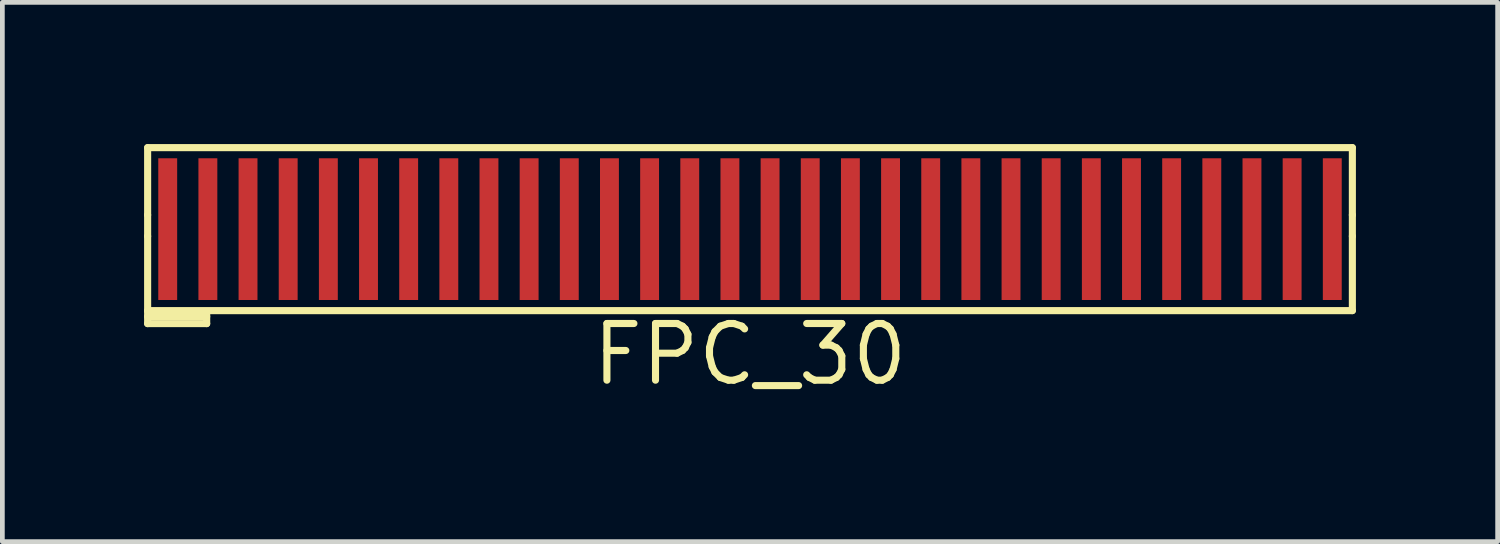
<source format=kicad_pcb>
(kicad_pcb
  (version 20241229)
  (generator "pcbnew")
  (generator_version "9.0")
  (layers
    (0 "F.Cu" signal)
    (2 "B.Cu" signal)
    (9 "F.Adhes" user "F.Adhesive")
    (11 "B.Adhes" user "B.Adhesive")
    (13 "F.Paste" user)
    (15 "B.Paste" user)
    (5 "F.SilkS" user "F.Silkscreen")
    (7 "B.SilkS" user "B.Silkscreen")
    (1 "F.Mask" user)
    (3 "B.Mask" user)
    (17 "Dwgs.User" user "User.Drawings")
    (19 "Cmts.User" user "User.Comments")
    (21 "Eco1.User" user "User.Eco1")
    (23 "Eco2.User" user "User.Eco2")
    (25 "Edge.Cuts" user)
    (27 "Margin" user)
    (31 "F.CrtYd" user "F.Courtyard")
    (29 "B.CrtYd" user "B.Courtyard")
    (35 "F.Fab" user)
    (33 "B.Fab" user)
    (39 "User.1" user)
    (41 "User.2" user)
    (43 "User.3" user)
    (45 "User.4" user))
  (footprint "FPC_30"
    (layer "F.Cu")
    (at 12.825 1.8)
    (property "Reference" "FPC_30" (at 0 2.65 0) (layer "F.SilkS") (effects (font (size 1.2 1.2) (thickness 0.15))))
    (attr through_hole)
    (fp_line (start -12.75 -1.725) (end 12.75 -1.725) (stroke (width 0.15) (type solid)) (layer "F.SilkS"))
    (fp_line (start -12.75 -0.3) (end -12.75 -1.725) (stroke (width 0.15) (type solid)) (layer "F.SilkS"))
    (fp_line (start -12.75 0.15) (end -12.75 -0.3) (stroke (width 0.15) (type solid)) (layer "F.SilkS"))
    (fp_line (start -12.75 1.725) (end -12.75 0.15) (stroke (width 0.15) (type solid)) (layer "F.SilkS"))
    (fp_line (start -12.75 1.725) (end 12.75 1.725) (stroke (width 0.15) (type solid)) (layer "F.SilkS"))
    (fp_line (start -12.75 1.75) (end -12.75 2) (stroke (width 0.15) (type solid)) (layer "F.SilkS"))
    (fp_line (start -12.75 1.85) (end -11.5 1.85) (stroke (width 0.15) (type solid)) (layer "F.SilkS"))
    (fp_line (start -12.75 2) (end -11.5 2) (stroke (width 0.15) (type solid)) (layer "F.SilkS"))
    (fp_line (start -11.5 2) (end -11.5 1.75) (stroke (width 0.15) (type solid)) (layer "F.SilkS"))
    (fp_line (start 12.75 -0.3) (end 12.75 -1.725) (stroke (width 0.15) (type solid)) (layer "F.SilkS"))
    (fp_line (start 12.75 0.15) (end 12.75 -0.3) (stroke (width 0.15) (type solid)) (layer "F.SilkS"))
    (fp_line (start 12.75 1.725) (end 12.75 0.15) (stroke (width 0.15) (type solid)) (layer "F.SilkS"))
    (pad "1" smd rect (at -12.325 0) (size 0.4 3) (layers "F.Cu" "F.Mask" "F.Paste"))
    (pad "2" smd rect (at -11.475 0) (size 0.4 3) (layers "F.Cu" "F.Mask" "F.Paste"))
    (pad "3" smd rect (at -10.625 0) (size 0.4 3) (layers "F.Cu" "F.Mask" "F.Paste"))
    (pad "4" smd rect (at -9.775 0) (size 0.4 3) (layers "F.Cu" "F.Mask" "F.Paste"))
    (pad "5" smd rect (at -8.925 0) (size 0.4 3) (layers "F.Cu" "F.Mask" "F.Paste"))
    (pad "6" smd rect (at -8.075 0) (size 0.4 3) (layers "F.Cu" "F.Mask" "F.Paste"))
    (pad "7" smd rect (at -7.225 0) (size 0.4 3) (layers "F.Cu" "F.Mask" "F.Paste"))
    (pad "8" smd rect (at -6.375 0) (size 0.4 3) (layers "F.Cu" "F.Mask" "F.Paste"))
    (pad "9" smd rect (at -5.525 0) (size 0.4 3) (layers "F.Cu" "F.Mask" "F.Paste"))
    (pad "10" smd rect (at -4.675 0) (size 0.4 3) (layers "F.Cu" "F.Mask" "F.Paste"))
    (pad "11" smd rect (at -3.825 0) (size 0.4 3) (layers "F.Cu" "F.Mask" "F.Paste"))
    (pad "12" smd rect (at -2.975 0) (size 0.4 3) (layers "F.Cu" "F.Mask" "F.Paste"))
    (pad "13" smd rect (at -2.125 0) (size 0.4 3) (layers "F.Cu" "F.Mask" "F.Paste"))
    (pad "14" smd rect (at -1.275 0) (size 0.4 3) (layers "F.Cu" "F.Mask" "F.Paste"))
    (pad "15" smd rect (at -0.425 0) (size 0.4 3) (layers "F.Cu" "F.Mask" "F.Paste"))
    (pad "16" smd rect (at 0.425 0) (size 0.4 3) (layers "F.Cu" "F.Mask" "F.Paste"))
    (pad "17" smd rect (at 1.275 0) (size 0.4 3) (layers "F.Cu" "F.Mask" "F.Paste"))
    (pad "18" smd rect (at 2.125 0) (size 0.4 3) (layers "F.Cu" "F.Mask" "F.Paste"))
    (pad "19" smd rect (at 2.975 0) (size 0.4 3) (layers "F.Cu" "F.Mask" "F.Paste"))
    (pad "20" smd rect (at 3.825 0) (size 0.4 3) (layers "F.Cu" "F.Mask" "F.Paste"))
    (pad "21" smd rect (at 4.675 0) (size 0.4 3) (layers "F.Cu" "F.Mask" "F.Paste"))
    (pad "22" smd rect (at 5.525 0) (size 0.4 3) (layers "F.Cu" "F.Mask" "F.Paste"))
    (pad "23" smd rect (at 6.375 0) (size 0.4 3) (layers "F.Cu" "F.Mask" "F.Paste"))
    (pad "24" smd rect (at 7.225 0) (size 0.4 3) (layers "F.Cu" "F.Mask" "F.Paste"))
    (pad "25" smd rect (at 8.075 0) (size 0.4 3) (layers "F.Cu" "F.Mask" "F.Paste"))
    (pad "26" smd rect (at 8.925 0) (size 0.4 3) (layers "F.Cu" "F.Mask" "F.Paste"))
    (pad "27" smd rect (at 9.775 0) (size 0.4 3) (layers "F.Cu" "F.Mask" "F.Paste"))
    (pad "28" smd rect (at 10.625 0) (size 0.4 3) (layers "F.Cu" "F.Mask" "F.Paste"))
    (pad "29" smd rect (at 11.475 0) (size 0.4 3) (layers "F.Cu" "F.Mask" "F.Paste"))
    (pad "30" smd rect (at 12.325 0) (size 0.4 3) (layers "F.Cu" "F.Mask" "F.Paste")))
  (gr_rect
    (start -3 -3)
    (end 28.65 8.415)
    (stroke (width 0.1) (type default))
    (fill no)
    (layer "Edge.Cuts")))
</source>
